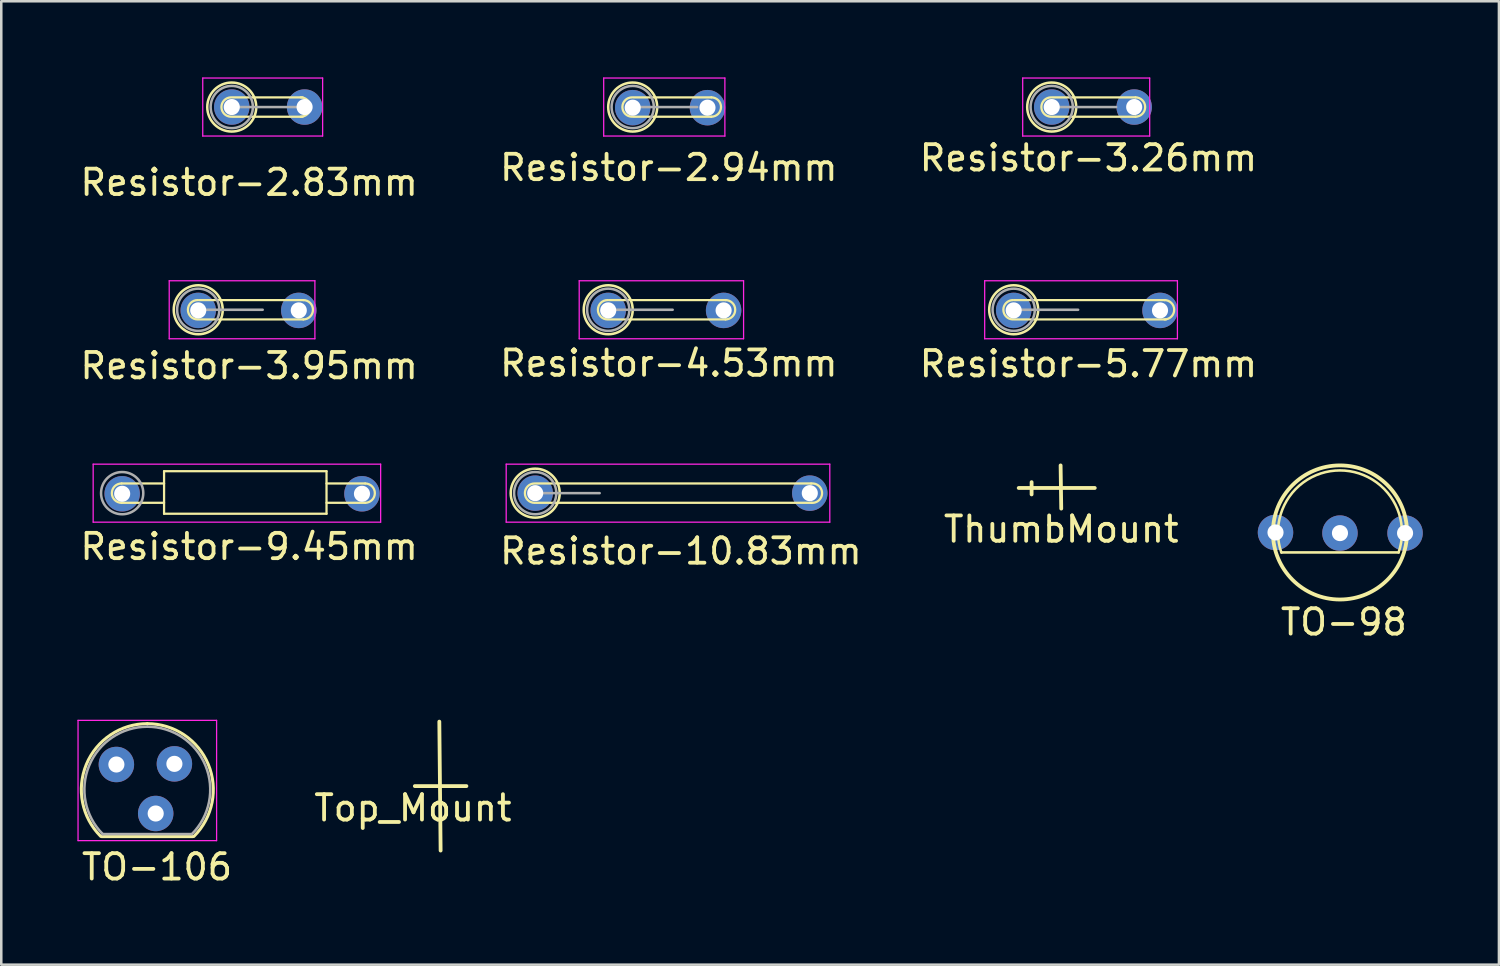
<source format=kicad_pcb>
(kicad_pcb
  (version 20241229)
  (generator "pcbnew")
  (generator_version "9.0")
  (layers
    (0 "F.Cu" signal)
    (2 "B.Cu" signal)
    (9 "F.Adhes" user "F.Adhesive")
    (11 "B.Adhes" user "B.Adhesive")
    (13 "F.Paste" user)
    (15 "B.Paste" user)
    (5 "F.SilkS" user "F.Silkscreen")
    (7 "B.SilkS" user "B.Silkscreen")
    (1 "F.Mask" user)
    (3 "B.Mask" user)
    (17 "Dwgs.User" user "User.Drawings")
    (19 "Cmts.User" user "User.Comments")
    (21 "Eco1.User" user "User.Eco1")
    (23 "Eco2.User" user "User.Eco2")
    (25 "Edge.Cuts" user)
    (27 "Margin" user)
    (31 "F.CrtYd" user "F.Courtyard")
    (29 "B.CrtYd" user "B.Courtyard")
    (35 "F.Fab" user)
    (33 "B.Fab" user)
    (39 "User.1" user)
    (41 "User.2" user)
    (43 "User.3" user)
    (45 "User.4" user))
  (footprint "Resistor-4.53mm"
    (layer "F.Cu")
    (at 20.916 9.181)
    (property "Reference" "Resistor-4.53mm" (at 2.388 2.083 0) (layer "F.SilkS") (effects (font (size 1 1) (thickness 0.15))))
    (attr through_hole)
    (fp_line (start 0.025 -0.406) (end 4.623 -0.406) (stroke (width 0.089) (type solid)) (layer "F.SilkS"))
    (fp_line (start 4.623 0.356) (end 0.025 0.356) (stroke (width 0.089) (type solid)) (layer "F.SilkS"))
    (fp_arc (start -0.0254 0.3556) (mid -0.4064 -0.0254) (end -0.0254 -0.4064) (stroke (width 0.0889) (type solid)) (layer "F.SilkS"))
    (fp_arc (start 4.6228 -0.4064) (mid 5.0038 -0.0254) (end 4.6228 0.3556) (stroke (width 0.0889) (type solid)) (layer "F.SilkS"))
    (fp_circle (center 0 -0.025) (end 0.965 -0.025) (stroke (width 0.1) (type solid)) (fill no) (layer "F.SilkS"))
    (fp_line (start -1.143 -1.168) (end -1.143 1.118) (stroke (width 0.05) (type solid)) (layer "F.CrtYd"))
    (fp_line (start -1.143 1.118) (end 5.334 1.118) (stroke (width 0.05) (type solid)) (layer "F.CrtYd"))
    (fp_line (start 5.334 -1.168) (end -1.143 -1.168) (stroke (width 0.05) (type solid)) (layer "F.CrtYd"))
    (fp_line (start 5.334 1.118) (end 5.334 -1.168) (stroke (width 0.05) (type solid)) (layer "F.CrtYd"))
    (fp_line (start 0 -0.025) (end 2.54 -0.025) (stroke (width 0.1) (type solid)) (layer "F.Fab"))
    (fp_circle (center 0 -0.025) (end 0.832 -0.025) (stroke (width 0.1) (type solid)) (fill no) (layer "F.Fab"))
    (pad "1" thru_hole circle (at 0 0) (size 1.397 1.397) (drill 0.635) (layers "B.Cu" "B.Mask"))
    (pad "2" thru_hole circle (at 4.547 0) (size 1.397 1.397) (drill 0.635) (layers "B.Cu" "B.Mask")))
  (footprint "ThumbMount"
    (layer "F.Cu")
    (at 38.742 16.178)
    (property "Reference" "ThumbMount" (at 0.025 1.626 0) (layer "F.SilkS") (effects (font (size 1 1) (thickness 0.15))))
    (attr through_hole)
    (fp_line (start -1.651 0) (end 1.346 0) (stroke (width 0.15) (type solid)) (layer "F.SilkS"))
    (fp_line (start -1.143 -0.229) (end -1.143 0.254) (stroke (width 0.15) (type solid)) (layer "F.SilkS"))
    (fp_line (start 0 -0.889) (end 0.025 0.813) (stroke (width 0.15) (type solid)) (layer "F.SilkS")))
  (footprint "Resistor-2.94mm"
    (layer "F.Cu")
    (at 21.881 1.193)
    (property "Reference" "Resistor-2.94mm" (at 1.422 2.362 0) (layer "F.SilkS") (effects (font (size 1 1) (thickness 0.15))))
    (attr through_hole)
    (fp_line (start 0.025 -0.406) (end 3.099 -0.406) (stroke (width 0.089) (type solid)) (layer "F.SilkS"))
    (fp_line (start 3.099 0.356) (end 0.025 0.356) (stroke (width 0.089) (type solid)) (layer "F.SilkS"))
    (fp_arc (start -0.0254 0.3556) (mid -0.4064 -0.0254) (end -0.0254 -0.4064) (stroke (width 0.0889) (type solid)) (layer "F.SilkS"))
    (fp_arc (start 3.0988 -0.4064) (mid 3.4798 -0.0254) (end 3.0988 0.3556) (stroke (width 0.0889) (type solid)) (layer "F.SilkS"))
    (fp_circle (center 0 -0.025) (end 0.965 -0.025) (stroke (width 0.1) (type solid)) (fill no) (layer "F.SilkS"))
    (fp_line (start -1.143 -1.168) (end -1.143 1.118) (stroke (width 0.05) (type solid)) (layer "F.CrtYd"))
    (fp_line (start -1.143 1.118) (end 3.632 1.118) (stroke (width 0.05) (type solid)) (layer "F.CrtYd"))
    (fp_line (start 3.632 -1.168) (end -1.143 -1.168) (stroke (width 0.05) (type solid)) (layer "F.CrtYd"))
    (fp_line (start 3.632 1.118) (end 3.632 -1.168) (stroke (width 0.05) (type solid)) (layer "F.CrtYd"))
    (fp_line (start 0 -0.025) (end 2.54 -0.025) (stroke (width 0.1) (type solid)) (layer "F.Fab"))
    (fp_circle (center 0 -0.025) (end 0.832 -0.025) (stroke (width 0.1) (type solid)) (fill no) (layer "F.Fab"))
    (pad "1" thru_hole circle (at 0 0) (size 1.397 1.397) (drill 0.635) (layers "B.Cu" "B.Mask"))
    (pad "2" thru_hole circle (at 2.946 0) (size 1.397 1.397) (drill 0.635) (layers "B.Cu" "B.Mask")))
  (footprint "Resistor-5.77mm"
    (layer "F.Cu")
    (at 36.893 9.181)
    (property "Reference" "Resistor-5.77mm" (at 2.946 2.108 0) (layer "F.SilkS") (effects (font (size 1 1) (thickness 0.15))))
    (attr through_hole)
    (fp_line (start 0.025 -0.406) (end 5.944 -0.406) (stroke (width 0.089) (type solid)) (layer "F.SilkS"))
    (fp_line (start 5.994 0.356) (end 0.025 0.356) (stroke (width 0.089) (type solid)) (layer "F.SilkS"))
    (fp_arc (start -0.0254 0.3556) (mid -0.4064 -0.0254) (end -0.0254 -0.4064) (stroke (width 0.0889) (type solid)) (layer "F.SilkS"))
    (fp_arc (start 5.9436 -0.4064) (mid 6.3246 -0.0254) (end 5.9436 0.3556) (stroke (width 0.0889) (type solid)) (layer "F.SilkS"))
    (fp_circle (center 0 -0.025) (end 0.965 -0.025) (stroke (width 0.1) (type solid)) (fill no) (layer "F.SilkS"))
    (fp_line (start -1.143 -1.168) (end -1.143 1.118) (stroke (width 0.05) (type solid)) (layer "F.CrtYd"))
    (fp_line (start -1.143 1.118) (end 6.452 1.118) (stroke (width 0.05) (type solid)) (layer "F.CrtYd"))
    (fp_line (start 6.452 -1.168) (end -1.143 -1.168) (stroke (width 0.05) (type solid)) (layer "F.CrtYd"))
    (fp_line (start 6.452 1.118) (end 6.452 -1.168) (stroke (width 0.05) (type solid)) (layer "F.CrtYd"))
    (fp_line (start 0 -0.025) (end 2.54 -0.025) (stroke (width 0.1) (type solid)) (layer "F.Fab"))
    (fp_circle (center 0 -0.025) (end 0.832 -0.025) (stroke (width 0.1) (type solid)) (fill no) (layer "F.Fab"))
    (pad "1" thru_hole circle (at 0 0) (size 1.397 1.397) (drill 0.635) (layers "*.Cu" "*.Mask"))
    (pad "2" thru_hole circle (at 5.766 0) (size 1.397 1.397) (drill 0.635) (layers "*.Cu" "*.Mask")))
  (footprint "Resistor-2.83mm"
    (layer "F.Cu")
    (at 6.082 1.168)
    (property "Reference" "Resistor-2.83mm" (at 0.686 2.972 0) (layer "F.SilkS") (effects (font (size 1 1) (thickness 0.15))))
    (attr through_hole)
    (fp_line (start 0.025 -0.381) (end 2.794 -0.381) (stroke (width 0.089) (type solid)) (layer "F.SilkS"))
    (fp_line (start 2.794 0.381) (end 0.025 0.381) (stroke (width 0.089) (type solid)) (layer "F.SilkS"))
    (fp_arc (start -0.0254 0.381) (mid -0.4064 0) (end -0.0254 -0.381) (stroke (width 0.0889) (type solid)) (layer "F.SilkS"))
    (fp_arc (start 2.7178 -0.381) (mid 3.0988 0) (end 2.7178 0.381) (stroke (width 0.0889) (type solid)) (layer "F.SilkS"))
    (fp_circle (center 0 0) (end 0.965 0) (stroke (width 0.1) (type solid)) (fill no) (layer "F.SilkS"))
    (fp_line (start -1.143 -1.143) (end -1.143 1.143) (stroke (width 0.05) (type solid)) (layer "F.CrtYd"))
    (fp_line (start -1.143 1.143) (end 3.581 1.143) (stroke (width 0.05) (type solid)) (layer "F.CrtYd"))
    (fp_line (start 3.581 -1.143) (end -1.143 -1.143) (stroke (width 0.05) (type solid)) (layer "F.CrtYd"))
    (fp_line (start 3.581 1.143) (end 3.581 -1.143) (stroke (width 0.05) (type solid)) (layer "F.CrtYd"))
    (fp_line (start 0 0) (end 2.54 0) (stroke (width 0.1) (type solid)) (layer "F.Fab"))
    (fp_circle (center 0 0) (end 0.832 0) (stroke (width 0.1) (type solid)) (fill no) (layer "F.Fab"))
    (pad "1" thru_hole circle (at 0 0) (size 1.397 1.397) (drill 0.635) (layers "B.Cu" "B.Mask"))
    (pad "2" thru_hole circle (at 2.87 0) (size 1.397 1.397) (drill 0.635) (layers "B.Cu" "B.Mask")))
  (footprint "TO-98"
    (layer "F.Cu")
    (at 49.75 17.931)
    (property "Reference" "TO-98" (at 0.152 3.531 0) (layer "F.SilkS") (effects (font (size 1 1) (thickness 0.15))))
    (attr through_hole)
    (fp_line (start -2.293 0.787) (end 2.311 0.787) (stroke (width 0.102) (type solid)) (layer "F.SilkS"))
    (fp_arc (start -2.309459 0.793057) (mid -0.00299 -2.445048) (end 2.3114 0.7874) (stroke (width 0.1016) (type solid)) (layer "F.SilkS"))
    (fp_circle (center 0 0) (end 2.642 -0.025) (stroke (width 0.15) (type solid)) (fill no) (layer "F.SilkS"))
    (pad "1" thru_hole circle (at -2.54 0) (size 1.397 1.397) (drill 0.635) (layers "B.Cu" "B.Mask"))
    (pad "2" thru_hole circle (at 2.565 0.025) (size 1.397 1.397) (drill 0.635) (layers "B.Cu" "B.Mask"))
    (pad "3" thru_hole circle (at 0 0.025) (size 1.397 1.397) (drill 0.635) (layers "B.Cu" "B.Mask")))
  (footprint "Top_Mount"
    (layer "F.Cu")
    (at 14.312 27.925)
    (property "Reference" "Top_Mount" (at -1.092 0.864 0) (layer "F.SilkS") (effects (font (size 1 1) (thickness 0.15))))
    (attr through_hole)
    (fp_line (start 0 2.54) (end -0.051 -2.54) (stroke (width 0.15) (type solid)) (layer "F.SilkS"))
    (fp_line (start 1.016 0) (end -1.016 0) (stroke (width 0.15) (type solid)) (layer "F.SilkS")))
  (footprint "Resistor-3.26mm"
    (layer "F.Cu")
    (at 38.391 1.168)
    (property "Reference" "Resistor-3.26mm" (at 1.448 2.007 0) (layer "F.SilkS") (effects (font (size 1 1) (thickness 0.15))))
    (attr through_hole)
    (fp_line (start 0.025 -0.381) (end 3.302 -0.381) (stroke (width 0.089) (type solid)) (layer "F.SilkS"))
    (fp_line (start 3.302 0.381) (end 0.025 0.381) (stroke (width 0.089) (type solid)) (layer "F.SilkS"))
    (fp_arc (start -0.0254 0.381) (mid -0.4064 0) (end -0.0254 -0.381) (stroke (width 0.0889) (type solid)) (layer "F.SilkS"))
    (fp_arc (start 3.302 -0.381) (mid 3.683 0) (end 3.302 0.381) (stroke (width 0.0889) (type solid)) (layer "F.SilkS"))
    (fp_circle (center 0 0) (end 0.965 0) (stroke (width 0.1) (type solid)) (fill no) (layer "F.SilkS"))
    (fp_line (start -1.143 -1.143) (end -1.143 1.143) (stroke (width 0.05) (type solid)) (layer "F.CrtYd"))
    (fp_line (start -1.143 1.143) (end 3.861 1.143) (stroke (width 0.05) (type solid)) (layer "F.CrtYd"))
    (fp_line (start 3.861 -1.143) (end -1.143 -1.143) (stroke (width 0.05) (type solid)) (layer "F.CrtYd"))
    (fp_line (start 3.861 1.143) (end 3.861 -1.143) (stroke (width 0.05) (type solid)) (layer "F.CrtYd"))
    (fp_line (start 0 0) (end 2.54 0) (stroke (width 0.1) (type solid)) (layer "F.Fab"))
    (fp_circle (center 0 0) (end 0.832 0) (stroke (width 0.1) (type solid)) (fill no) (layer "F.Fab"))
    (pad "1" thru_hole circle (at 0 0) (size 1.397 1.397) (drill 0.635) (layers "B.Cu" "B.Mask"))
    (pad "2" thru_hole circle (at 3.251 0) (size 1.397 1.397) (drill 0.635) (layers "B.Cu" "B.Mask")))
  (footprint "Resistor-10.83mm"
    (layer "F.Cu")
    (at 18.039 16.382)
    (property "Reference" "Resistor-10.83mm" (at 5.74 2.286 0) (layer "F.SilkS") (effects (font (size 1 1) (thickness 0.15))))
    (attr through_hole)
    (fp_line (start 0.025 -0.381) (end 10.871 -0.381) (stroke (width 0.089) (type solid)) (layer "F.SilkS"))
    (fp_line (start 10.897 0.381) (end 0.025 0.381) (stroke (width 0.089) (type solid)) (layer "F.SilkS"))
    (fp_arc (start -0.0254 0.381) (mid -0.4064 0) (end -0.0254 -0.381) (stroke (width 0.0889) (type solid)) (layer "F.SilkS"))
    (fp_arc (start 10.871534 -0.378496) (mid 11.303638 -0.012595) (end 10.8966 0.381) (stroke (width 0.0889) (type solid)) (layer "F.SilkS"))
    (fp_circle (center 0 0) (end 0.965 0) (stroke (width 0.1) (type solid)) (fill no) (layer "F.SilkS"))
    (fp_line (start -1.143 -1.143) (end -1.143 1.143) (stroke (width 0.05) (type solid)) (layer "F.CrtYd"))
    (fp_line (start -1.143 1.143) (end 11.608 1.143) (stroke (width 0.05) (type solid)) (layer "F.CrtYd"))
    (fp_line (start 11.608 -1.143) (end -1.143 -1.143) (stroke (width 0.05) (type solid)) (layer "F.CrtYd"))
    (fp_line (start 11.608 1.143) (end 11.608 -1.143) (stroke (width 0.05) (type solid)) (layer "F.CrtYd"))
    (fp_line (start 0 0) (end 2.54 0) (stroke (width 0.1) (type solid)) (layer "F.Fab"))
    (fp_circle (center 0 0) (end 0.832 0) (stroke (width 0.1) (type solid)) (fill no) (layer "F.Fab"))
    (pad "1" thru_hole circle (at 0 0) (size 1.397 1.397) (drill 0.635) (layers "B.Cu" "B.Mask"))
    (pad "2" thru_hole circle (at 10.82 0) (size 1.397 1.397) (drill 0.635) (layers "B.Cu" "B.Mask")))
  (footprint "TO-106"
    (layer "F.Cu")
    (at 1.485 28.065)
    (property "Reference" "TO-106" (at 1.651 3.048 0) (layer "F.SilkS") (effects (font (size 1 1) (thickness 0.15))))
    (attr through_hole)
    (fp_line (start -0.53 1.85) (end 3.07 1.85) (stroke (width 0.12) (type solid)) (layer "F.SilkS"))
    (fp_arc (start -0.568478 1.838478) (mid -1.132087 -0.994977) (end 1.27 -2.6) (stroke (width 0.12) (type solid)) (layer "F.SilkS"))
    (fp_arc (start 1.27 -2.6) (mid 3.672087 -0.994977) (end 3.108478 1.838478) (stroke (width 0.12) (type solid)) (layer "F.SilkS"))
    (fp_line (start -1.46 -2.73) (end -1.46 2.01) (stroke (width 0.05) (type solid)) (layer "F.CrtYd"))
    (fp_line (start -1.46 -2.73) (end 4 -2.73) (stroke (width 0.05) (type solid)) (layer "F.CrtYd"))
    (fp_line (start 4 2.01) (end -1.46 2.01) (stroke (width 0.05) (type solid)) (layer "F.CrtYd"))
    (fp_line (start 4 2.01) (end 4 -2.73) (stroke (width 0.05) (type solid)) (layer "F.CrtYd"))
    (fp_line (start -0.5 1.75) (end 3 1.75) (stroke (width 0.1) (type solid)) (layer "F.Fab"))
    (fp_arc (start -0.483625 1.753625) (mid -1.021221 -0.949055) (end 1.27 -2.48) (stroke (width 0.1) (type solid)) (layer "F.Fab"))
    (fp_arc (start 1.27 -2.48) (mid 3.561221 -0.949055) (end 3.023625 1.753625) (stroke (width 0.1) (type solid)) (layer "F.Fab"))
    (pad "1" thru_hole circle (at 1.6 0.94) (size 1.397 1.397) (drill 0.635) (layers "B.Cu" "B.Mask"))
    (pad "2" thru_hole circle (at 2.337 -1.016) (size 1.397 1.397) (drill 0.635) (layers "B.Cu" "B.Mask"))
    (pad "3" thru_hole circle (at 0.051 -0.991) (size 1.397 1.397) (drill 0.635) (layers "B.Cu" "B.Mask")))
  (footprint "Resistor-9.45mm"
    (layer "F.Cu")
    (at 1.764 16.407)
    (property "Reference" "Resistor-9.45mm" (at 5.004 2.083 0) (layer "F.SilkS") (effects (font (size 1 1) (thickness 0.15))))
    (attr through_hole)
    (fp_line (start 1.651 -0.889) (end 1.651 0.787) (stroke (width 0.089) (type solid)) (layer "F.SilkS"))
    (fp_line (start 1.651 -0.406) (end -0.025 -0.406) (stroke (width 0.089) (type solid)) (layer "F.SilkS"))
    (fp_line (start 1.651 0.356) (end -0.025 0.356) (stroke (width 0.089) (type solid)) (layer "F.SilkS"))
    (fp_line (start 8.052 -0.889) (end 1.651 -0.889) (stroke (width 0.089) (type solid)) (layer "F.SilkS"))
    (fp_line (start 8.052 -0.889) (end 8.052 0.787) (stroke (width 0.089) (type solid)) (layer "F.SilkS"))
    (fp_line (start 8.052 0.787) (end 1.651 0.787) (stroke (width 0.089) (type solid)) (layer "F.SilkS"))
    (fp_line (start 9.576 -0.406) (end 8.052 -0.406) (stroke (width 0.089) (type solid)) (layer "F.SilkS"))
    (fp_line (start 9.576 0.356) (end 8.052 0.356) (stroke (width 0.089) (type solid)) (layer "F.SilkS"))
    (fp_arc (start -0.0254 0.3556) (mid -0.4064 -0.0254) (end -0.0254 -0.4064) (stroke (width 0.0889) (type solid)) (layer "F.SilkS"))
    (fp_arc (start 9.5758 -0.4064) (mid 9.9568 -0.0254) (end 9.5758 0.3556) (stroke (width 0.0889) (type solid)) (layer "F.SilkS"))
    (fp_line (start -1.143 -1.168) (end -1.143 1.118) (stroke (width 0.05) (type solid)) (layer "F.CrtYd"))
    (fp_line (start -1.143 1.118) (end 10.185 1.118) (stroke (width 0.05) (type solid)) (layer "F.CrtYd"))
    (fp_line (start 10.185 -1.168) (end -1.143 -1.168) (stroke (width 0.05) (type solid)) (layer "F.CrtYd"))
    (fp_line (start 10.185 1.118) (end 10.185 -1.168) (stroke (width 0.05) (type solid)) (layer "F.CrtYd"))
    (fp_circle (center 0 -0.025) (end 0.832 -0.025) (stroke (width 0.1) (type solid)) (fill no) (layer "F.Fab"))
    (pad "1" thru_hole circle (at 0 0) (size 1.397 1.397) (drill 0.635) (layers "B.Cu" "B.Mask"))
    (pad "2" thru_hole circle (at 9.449 0) (size 1.397 1.397) (drill 0.635) (layers "B.Cu" "B.Mask")))
  (footprint "Resistor-3.95mm"
    (layer "F.Cu")
    (at 4.761 9.181)
    (property "Reference" "Resistor-3.95mm" (at 2.007 2.184 0) (layer "F.SilkS") (effects (font (size 1 1) (thickness 0.15))))
    (attr through_hole)
    (fp_line (start 0.025 -0.406) (end 4.14 -0.406) (stroke (width 0.089) (type solid)) (layer "F.SilkS"))
    (fp_line (start 4.14 0.356) (end 0.025 0.356) (stroke (width 0.089) (type solid)) (layer "F.SilkS"))
    (fp_arc (start -0.0254 0.3556) (mid -0.4064 -0.0254) (end -0.0254 -0.4064) (stroke (width 0.0889) (type solid)) (layer "F.SilkS"))
    (fp_arc (start 4.1402 -0.4064) (mid 4.5212 -0.0254) (end 4.1402 0.3556) (stroke (width 0.0889) (type solid)) (layer "F.SilkS"))
    (fp_circle (center 0 -0.025) (end 0.965 -0.025) (stroke (width 0.1) (type solid)) (fill no) (layer "F.SilkS"))
    (fp_line (start -1.143 -1.168) (end -1.143 1.118) (stroke (width 0.05) (type solid)) (layer "F.CrtYd"))
    (fp_line (start -1.143 1.118) (end 4.597 1.118) (stroke (width 0.05) (type solid)) (layer "F.CrtYd"))
    (fp_line (start 4.597 -1.168) (end -1.143 -1.168) (stroke (width 0.05) (type solid)) (layer "F.CrtYd"))
    (fp_line (start 4.597 1.118) (end 4.597 -1.168) (stroke (width 0.05) (type solid)) (layer "F.CrtYd"))
    (fp_line (start 0 -0.025) (end 2.54 -0.025) (stroke (width 0.1) (type solid)) (layer "F.Fab"))
    (fp_circle (center 0 -0.025) (end 0.832 -0.025) (stroke (width 0.1) (type solid)) (fill no) (layer "F.Fab"))
    (pad "1" thru_hole circle (at 0 0) (size 1.397 1.397) (drill 0.635) (layers "B.Cu" "B.Mask"))
    (pad "2" thru_hole circle (at 3.962 0) (size 1.397 1.397) (drill 0.635) (layers "B.Cu" "B.Mask")))
  (gr_rect
    (start -3 -3)
    (end 56.014 34.961)
    (stroke (width 0.1) (type default))
    (fill no)
    (layer "Edge.Cuts")))
</source>
